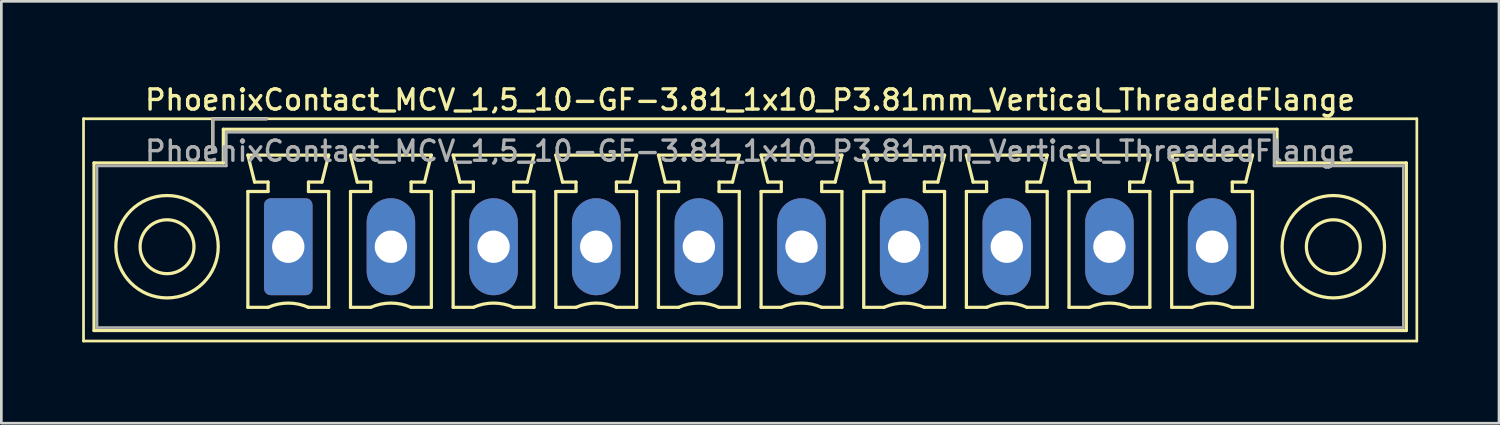
<source format=kicad_pcb>
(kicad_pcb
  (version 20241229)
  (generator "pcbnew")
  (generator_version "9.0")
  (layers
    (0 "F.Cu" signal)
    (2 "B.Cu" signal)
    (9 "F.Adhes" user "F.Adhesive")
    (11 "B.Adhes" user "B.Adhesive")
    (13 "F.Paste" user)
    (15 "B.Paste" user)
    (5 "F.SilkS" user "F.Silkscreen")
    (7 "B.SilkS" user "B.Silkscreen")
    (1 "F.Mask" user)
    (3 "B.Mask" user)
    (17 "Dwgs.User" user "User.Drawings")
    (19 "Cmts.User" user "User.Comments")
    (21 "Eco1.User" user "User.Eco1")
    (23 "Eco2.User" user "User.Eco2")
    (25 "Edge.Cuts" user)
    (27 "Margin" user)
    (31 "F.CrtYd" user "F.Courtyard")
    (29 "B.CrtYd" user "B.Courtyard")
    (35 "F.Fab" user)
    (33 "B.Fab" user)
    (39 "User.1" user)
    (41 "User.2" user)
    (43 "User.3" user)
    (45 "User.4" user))
  (footprint "PhoenixContact_MCV_1,5_10-GF-3.81_1x10_P3.81mm_Vertical_ThreadedFlange"
    (layer "F.Cu")
    (at 7.65 6.108)
    (property "Reference" "PhoenixContact_MCV_1,5_10-GF-3.81_1x10_P3.81mm_Vertical_ThreadedFlange" (at 17.14 -5.45 0) (layer "F.SilkS") (effects (font (size 0.75 0.75) (thickness 0.125))))
    (attr through_hole)
    (fp_line (start -7.6 -4.75) (end -7.6 3.5) (stroke (width 0.1) (type solid)) (layer "F.SilkS"))
    (fp_line (start -7.6 3.5) (end 41.89 3.5) (stroke (width 0.1) (type solid)) (layer "F.SilkS"))
    (fp_line (start -7.21 -3.11) (end -7.21 3.11) (stroke (width 0.12) (type solid)) (layer "F.SilkS"))
    (fp_line (start -7.21 3.11) (end 41.5 3.11) (stroke (width 0.12) (type solid)) (layer "F.SilkS"))
    (fp_line (start -2.8 -4.75) (end -0.8 -4.75) (stroke (width 0.12) (type solid)) (layer "F.SilkS"))
    (fp_line (start -2.8 -3.5) (end -2.8 -4.75) (stroke (width 0.12) (type solid)) (layer "F.SilkS"))
    (fp_line (start -2.41 -4.36) (end -2.41 -3.11) (stroke (width 0.12) (type solid)) (layer "F.SilkS"))
    (fp_line (start -2.41 -3.11) (end -7.21 -3.11) (stroke (width 0.12) (type solid)) (layer "F.SilkS"))
    (fp_line (start -1.5 -3.4) (end 1.5 -3.4) (stroke (width 0.12) (type solid)) (layer "F.SilkS"))
    (fp_line (start -1.5 -2.05) (end -0.75 -2.05) (stroke (width 0.12) (type solid)) (layer "F.SilkS"))
    (fp_line (start -1.5 2.25) (end -1.5 -2.05) (stroke (width 0.12) (type solid)) (layer "F.SilkS"))
    (fp_line (start -1.25 -2.4) (end -1.5 -3.4) (stroke (width 0.12) (type solid)) (layer "F.SilkS"))
    (fp_line (start -0.75 -2.4) (end -1.25 -2.4) (stroke (width 0.12) (type solid)) (layer "F.SilkS"))
    (fp_line (start -0.75 -2.05) (end -0.75 -2.4) (stroke (width 0.12) (type solid)) (layer "F.SilkS"))
    (fp_line (start -0.75 2.25) (end -1.5 2.25) (stroke (width 0.12) (type solid)) (layer "F.SilkS"))
    (fp_line (start 0.75 -2.4) (end 0.75 -2.05) (stroke (width 0.12) (type solid)) (layer "F.SilkS"))
    (fp_line (start 0.75 -2.05) (end 1.5 -2.05) (stroke (width 0.12) (type solid)) (layer "F.SilkS"))
    (fp_line (start 1.25 -2.4) (end 0.75 -2.4) (stroke (width 0.12) (type solid)) (layer "F.SilkS"))
    (fp_line (start 1.5 -3.4) (end 1.25 -2.4) (stroke (width 0.12) (type solid)) (layer "F.SilkS"))
    (fp_line (start 1.5 -2.05) (end 1.5 2.25) (stroke (width 0.12) (type solid)) (layer "F.SilkS"))
    (fp_line (start 1.5 2.25) (end 0.75 2.25) (stroke (width 0.12) (type solid)) (layer "F.SilkS"))
    (fp_line (start 2.31 -3.4) (end 5.31 -3.4) (stroke (width 0.12) (type solid)) (layer "F.SilkS"))
    (fp_line (start 2.31 -2.05) (end 3.06 -2.05) (stroke (width 0.12) (type solid)) (layer "F.SilkS"))
    (fp_line (start 2.31 2.25) (end 2.31 -2.05) (stroke (width 0.12) (type solid)) (layer "F.SilkS"))
    (fp_line (start 2.56 -2.4) (end 2.31 -3.4) (stroke (width 0.12) (type solid)) (layer "F.SilkS"))
    (fp_line (start 3.06 -2.4) (end 2.56 -2.4) (stroke (width 0.12) (type solid)) (layer "F.SilkS"))
    (fp_line (start 3.06 -2.05) (end 3.06 -2.4) (stroke (width 0.12) (type solid)) (layer "F.SilkS"))
    (fp_line (start 3.06 2.25) (end 2.31 2.25) (stroke (width 0.12) (type solid)) (layer "F.SilkS"))
    (fp_line (start 4.56 -2.4) (end 4.56 -2.05) (stroke (width 0.12) (type solid)) (layer "F.SilkS"))
    (fp_line (start 4.56 -2.05) (end 5.31 -2.05) (stroke (width 0.12) (type solid)) (layer "F.SilkS"))
    (fp_line (start 5.06 -2.4) (end 4.56 -2.4) (stroke (width 0.12) (type solid)) (layer "F.SilkS"))
    (fp_line (start 5.31 -3.4) (end 5.06 -2.4) (stroke (width 0.12) (type solid)) (layer "F.SilkS"))
    (fp_line (start 5.31 -2.05) (end 5.31 2.25) (stroke (width 0.12) (type solid)) (layer "F.SilkS"))
    (fp_line (start 5.31 2.25) (end 4.56 2.25) (stroke (width 0.12) (type solid)) (layer "F.SilkS"))
    (fp_line (start 6.12 -3.4) (end 9.12 -3.4) (stroke (width 0.12) (type solid)) (layer "F.SilkS"))
    (fp_line (start 6.12 -2.05) (end 6.87 -2.05) (stroke (width 0.12) (type solid)) (layer "F.SilkS"))
    (fp_line (start 6.12 2.25) (end 6.12 -2.05) (stroke (width 0.12) (type solid)) (layer "F.SilkS"))
    (fp_line (start 6.37 -2.4) (end 6.12 -3.4) (stroke (width 0.12) (type solid)) (layer "F.SilkS"))
    (fp_line (start 6.87 -2.4) (end 6.37 -2.4) (stroke (width 0.12) (type solid)) (layer "F.SilkS"))
    (fp_line (start 6.87 -2.05) (end 6.87 -2.4) (stroke (width 0.12) (type solid)) (layer "F.SilkS"))
    (fp_line (start 6.87 2.25) (end 6.12 2.25) (stroke (width 0.12) (type solid)) (layer "F.SilkS"))
    (fp_line (start 8.37 -2.4) (end 8.37 -2.05) (stroke (width 0.12) (type solid)) (layer "F.SilkS"))
    (fp_line (start 8.37 -2.05) (end 9.12 -2.05) (stroke (width 0.12) (type solid)) (layer "F.SilkS"))
    (fp_line (start 8.87 -2.4) (end 8.37 -2.4) (stroke (width 0.12) (type solid)) (layer "F.SilkS"))
    (fp_line (start 9.12 -3.4) (end 8.87 -2.4) (stroke (width 0.12) (type solid)) (layer "F.SilkS"))
    (fp_line (start 9.12 -2.05) (end 9.12 2.25) (stroke (width 0.12) (type solid)) (layer "F.SilkS"))
    (fp_line (start 9.12 2.25) (end 8.37 2.25) (stroke (width 0.12) (type solid)) (layer "F.SilkS"))
    (fp_line (start 9.93 -3.4) (end 12.93 -3.4) (stroke (width 0.12) (type solid)) (layer "F.SilkS"))
    (fp_line (start 9.93 -2.05) (end 10.68 -2.05) (stroke (width 0.12) (type solid)) (layer "F.SilkS"))
    (fp_line (start 9.93 2.25) (end 9.93 -2.05) (stroke (width 0.12) (type solid)) (layer "F.SilkS"))
    (fp_line (start 10.18 -2.4) (end 9.93 -3.4) (stroke (width 0.12) (type solid)) (layer "F.SilkS"))
    (fp_line (start 10.68 -2.4) (end 10.18 -2.4) (stroke (width 0.12) (type solid)) (layer "F.SilkS"))
    (fp_line (start 10.68 -2.05) (end 10.68 -2.4) (stroke (width 0.12) (type solid)) (layer "F.SilkS"))
    (fp_line (start 10.68 2.25) (end 9.93 2.25) (stroke (width 0.12) (type solid)) (layer "F.SilkS"))
    (fp_line (start 12.18 -2.4) (end 12.18 -2.05) (stroke (width 0.12) (type solid)) (layer "F.SilkS"))
    (fp_line (start 12.18 -2.05) (end 12.93 -2.05) (stroke (width 0.12) (type solid)) (layer "F.SilkS"))
    (fp_line (start 12.68 -2.4) (end 12.18 -2.4) (stroke (width 0.12) (type solid)) (layer "F.SilkS"))
    (fp_line (start 12.93 -3.4) (end 12.68 -2.4) (stroke (width 0.12) (type solid)) (layer "F.SilkS"))
    (fp_line (start 12.93 -2.05) (end 12.93 2.25) (stroke (width 0.12) (type solid)) (layer "F.SilkS"))
    (fp_line (start 12.93 2.25) (end 12.18 2.25) (stroke (width 0.12) (type solid)) (layer "F.SilkS"))
    (fp_line (start 13.74 -3.4) (end 16.74 -3.4) (stroke (width 0.12) (type solid)) (layer "F.SilkS"))
    (fp_line (start 13.74 -2.05) (end 14.49 -2.05) (stroke (width 0.12) (type solid)) (layer "F.SilkS"))
    (fp_line (start 13.74 2.25) (end 13.74 -2.05) (stroke (width 0.12) (type solid)) (layer "F.SilkS"))
    (fp_line (start 13.99 -2.4) (end 13.74 -3.4) (stroke (width 0.12) (type solid)) (layer "F.SilkS"))
    (fp_line (start 14.49 -2.4) (end 13.99 -2.4) (stroke (width 0.12) (type solid)) (layer "F.SilkS"))
    (fp_line (start 14.49 -2.05) (end 14.49 -2.4) (stroke (width 0.12) (type solid)) (layer "F.SilkS"))
    (fp_line (start 14.49 2.25) (end 13.74 2.25) (stroke (width 0.12) (type solid)) (layer "F.SilkS"))
    (fp_line (start 15.99 -2.4) (end 15.99 -2.05) (stroke (width 0.12) (type solid)) (layer "F.SilkS"))
    (fp_line (start 15.99 -2.05) (end 16.74 -2.05) (stroke (width 0.12) (type solid)) (layer "F.SilkS"))
    (fp_line (start 16.49 -2.4) (end 15.99 -2.4) (stroke (width 0.12) (type solid)) (layer "F.SilkS"))
    (fp_line (start 16.74 -3.4) (end 16.49 -2.4) (stroke (width 0.12) (type solid)) (layer "F.SilkS"))
    (fp_line (start 16.74 -2.05) (end 16.74 2.25) (stroke (width 0.12) (type solid)) (layer "F.SilkS"))
    (fp_line (start 16.74 2.25) (end 15.99 2.25) (stroke (width 0.12) (type solid)) (layer "F.SilkS"))
    (fp_line (start 17.55 -3.4) (end 20.55 -3.4) (stroke (width 0.12) (type solid)) (layer "F.SilkS"))
    (fp_line (start 17.55 -2.05) (end 18.3 -2.05) (stroke (width 0.12) (type solid)) (layer "F.SilkS"))
    (fp_line (start 17.55 2.25) (end 17.55 -2.05) (stroke (width 0.12) (type solid)) (layer "F.SilkS"))
    (fp_line (start 17.8 -2.4) (end 17.55 -3.4) (stroke (width 0.12) (type solid)) (layer "F.SilkS"))
    (fp_line (start 18.3 -2.4) (end 17.8 -2.4) (stroke (width 0.12) (type solid)) (layer "F.SilkS"))
    (fp_line (start 18.3 -2.05) (end 18.3 -2.4) (stroke (width 0.12) (type solid)) (layer "F.SilkS"))
    (fp_line (start 18.3 2.25) (end 17.55 2.25) (stroke (width 0.12) (type solid)) (layer "F.SilkS"))
    (fp_line (start 19.8 -2.4) (end 19.8 -2.05) (stroke (width 0.12) (type solid)) (layer "F.SilkS"))
    (fp_line (start 19.8 -2.05) (end 20.55 -2.05) (stroke (width 0.12) (type solid)) (layer "F.SilkS"))
    (fp_line (start 20.3 -2.4) (end 19.8 -2.4) (stroke (width 0.12) (type solid)) (layer "F.SilkS"))
    (fp_line (start 20.55 -3.4) (end 20.3 -2.4) (stroke (width 0.12) (type solid)) (layer "F.SilkS"))
    (fp_line (start 20.55 -2.05) (end 20.55 2.25) (stroke (width 0.12) (type solid)) (layer "F.SilkS"))
    (fp_line (start 20.55 2.25) (end 19.8 2.25) (stroke (width 0.12) (type solid)) (layer "F.SilkS"))
    (fp_line (start 21.36 -3.4) (end 24.36 -3.4) (stroke (width 0.12) (type solid)) (layer "F.SilkS"))
    (fp_line (start 21.36 -2.05) (end 22.11 -2.05) (stroke (width 0.12) (type solid)) (layer "F.SilkS"))
    (fp_line (start 21.36 2.25) (end 21.36 -2.05) (stroke (width 0.12) (type solid)) (layer "F.SilkS"))
    (fp_line (start 21.61 -2.4) (end 21.36 -3.4) (stroke (width 0.12) (type solid)) (layer "F.SilkS"))
    (fp_line (start 22.11 -2.4) (end 21.61 -2.4) (stroke (width 0.12) (type solid)) (layer "F.SilkS"))
    (fp_line (start 22.11 -2.05) (end 22.11 -2.4) (stroke (width 0.12) (type solid)) (layer "F.SilkS"))
    (fp_line (start 22.11 2.25) (end 21.36 2.25) (stroke (width 0.12) (type solid)) (layer "F.SilkS"))
    (fp_line (start 23.61 -2.4) (end 23.61 -2.05) (stroke (width 0.12) (type solid)) (layer "F.SilkS"))
    (fp_line (start 23.61 -2.05) (end 24.36 -2.05) (stroke (width 0.12) (type solid)) (layer "F.SilkS"))
    (fp_line (start 24.11 -2.4) (end 23.61 -2.4) (stroke (width 0.12) (type solid)) (layer "F.SilkS"))
    (fp_line (start 24.36 -3.4) (end 24.11 -2.4) (stroke (width 0.12) (type solid)) (layer "F.SilkS"))
    (fp_line (start 24.36 -2.05) (end 24.36 2.25) (stroke (width 0.12) (type solid)) (layer "F.SilkS"))
    (fp_line (start 24.36 2.25) (end 23.61 2.25) (stroke (width 0.12) (type solid)) (layer "F.SilkS"))
    (fp_line (start 25.17 -3.4) (end 28.17 -3.4) (stroke (width 0.12) (type solid)) (layer "F.SilkS"))
    (fp_line (start 25.17 -2.05) (end 25.92 -2.05) (stroke (width 0.12) (type solid)) (layer "F.SilkS"))
    (fp_line (start 25.17 2.25) (end 25.17 -2.05) (stroke (width 0.12) (type solid)) (layer "F.SilkS"))
    (fp_line (start 25.42 -2.4) (end 25.17 -3.4) (stroke (width 0.12) (type solid)) (layer "F.SilkS"))
    (fp_line (start 25.92 -2.4) (end 25.42 -2.4) (stroke (width 0.12) (type solid)) (layer "F.SilkS"))
    (fp_line (start 25.92 -2.05) (end 25.92 -2.4) (stroke (width 0.12) (type solid)) (layer "F.SilkS"))
    (fp_line (start 25.92 2.25) (end 25.17 2.25) (stroke (width 0.12) (type solid)) (layer "F.SilkS"))
    (fp_line (start 27.42 -2.4) (end 27.42 -2.05) (stroke (width 0.12) (type solid)) (layer "F.SilkS"))
    (fp_line (start 27.42 -2.05) (end 28.17 -2.05) (stroke (width 0.12) (type solid)) (layer "F.SilkS"))
    (fp_line (start 27.92 -2.4) (end 27.42 -2.4) (stroke (width 0.12) (type solid)) (layer "F.SilkS"))
    (fp_line (start 28.17 -3.4) (end 27.92 -2.4) (stroke (width 0.12) (type solid)) (layer "F.SilkS"))
    (fp_line (start 28.17 -2.05) (end 28.17 2.25) (stroke (width 0.12) (type solid)) (layer "F.SilkS"))
    (fp_line (start 28.17 2.25) (end 27.42 2.25) (stroke (width 0.12) (type solid)) (layer "F.SilkS"))
    (fp_line (start 28.98 -3.4) (end 31.98 -3.4) (stroke (width 0.12) (type solid)) (layer "F.SilkS"))
    (fp_line (start 28.98 -2.05) (end 29.73 -2.05) (stroke (width 0.12) (type solid)) (layer "F.SilkS"))
    (fp_line (start 28.98 2.25) (end 28.98 -2.05) (stroke (width 0.12) (type solid)) (layer "F.SilkS"))
    (fp_line (start 29.23 -2.4) (end 28.98 -3.4) (stroke (width 0.12) (type solid)) (layer "F.SilkS"))
    (fp_line (start 29.73 -2.4) (end 29.23 -2.4) (stroke (width 0.12) (type solid)) (layer "F.SilkS"))
    (fp_line (start 29.73 -2.05) (end 29.73 -2.4) (stroke (width 0.12) (type solid)) (layer "F.SilkS"))
    (fp_line (start 29.73 2.25) (end 28.98 2.25) (stroke (width 0.12) (type solid)) (layer "F.SilkS"))
    (fp_line (start 31.23 -2.4) (end 31.23 -2.05) (stroke (width 0.12) (type solid)) (layer "F.SilkS"))
    (fp_line (start 31.23 -2.05) (end 31.98 -2.05) (stroke (width 0.12) (type solid)) (layer "F.SilkS"))
    (fp_line (start 31.73 -2.4) (end 31.23 -2.4) (stroke (width 0.12) (type solid)) (layer "F.SilkS"))
    (fp_line (start 31.98 -3.4) (end 31.73 -2.4) (stroke (width 0.12) (type solid)) (layer "F.SilkS"))
    (fp_line (start 31.98 -2.05) (end 31.98 2.25) (stroke (width 0.12) (type solid)) (layer "F.SilkS"))
    (fp_line (start 31.98 2.25) (end 31.23 2.25) (stroke (width 0.12) (type solid)) (layer "F.SilkS"))
    (fp_line (start 32.79 -3.4) (end 35.79 -3.4) (stroke (width 0.12) (type solid)) (layer "F.SilkS"))
    (fp_line (start 32.79 -2.05) (end 33.54 -2.05) (stroke (width 0.12) (type solid)) (layer "F.SilkS"))
    (fp_line (start 32.79 2.25) (end 32.79 -2.05) (stroke (width 0.12) (type solid)) (layer "F.SilkS"))
    (fp_line (start 33.04 -2.4) (end 32.79 -3.4) (stroke (width 0.12) (type solid)) (layer "F.SilkS"))
    (fp_line (start 33.54 -2.4) (end 33.04 -2.4) (stroke (width 0.12) (type solid)) (layer "F.SilkS"))
    (fp_line (start 33.54 -2.05) (end 33.54 -2.4) (stroke (width 0.12) (type solid)) (layer "F.SilkS"))
    (fp_line (start 33.54 2.25) (end 32.79 2.25) (stroke (width 0.12) (type solid)) (layer "F.SilkS"))
    (fp_line (start 35.04 -2.4) (end 35.04 -2.05) (stroke (width 0.12) (type solid)) (layer "F.SilkS"))
    (fp_line (start 35.04 -2.05) (end 35.79 -2.05) (stroke (width 0.12) (type solid)) (layer "F.SilkS"))
    (fp_line (start 35.54 -2.4) (end 35.04 -2.4) (stroke (width 0.12) (type solid)) (layer "F.SilkS"))
    (fp_line (start 35.79 -3.4) (end 35.54 -2.4) (stroke (width 0.12) (type solid)) (layer "F.SilkS"))
    (fp_line (start 35.79 -2.05) (end 35.79 2.25) (stroke (width 0.12) (type solid)) (layer "F.SilkS"))
    (fp_line (start 35.79 2.25) (end 35.04 2.25) (stroke (width 0.12) (type solid)) (layer "F.SilkS"))
    (fp_line (start 36.7 -4.36) (end -2.41 -4.36) (stroke (width 0.12) (type solid)) (layer "F.SilkS"))
    (fp_line (start 36.7 -3.11) (end 36.7 -4.36) (stroke (width 0.12) (type solid)) (layer "F.SilkS"))
    (fp_line (start 41.5 -3.11) (end 36.7 -3.11) (stroke (width 0.12) (type solid)) (layer "F.SilkS"))
    (fp_line (start 41.5 3.11) (end 41.5 -3.11) (stroke (width 0.12) (type solid)) (layer "F.SilkS"))
    (fp_line (start 41.89 -4.75) (end -7.6 -4.75) (stroke (width 0.1) (type solid)) (layer "F.SilkS"))
    (fp_line (start 41.89 3.5) (end 41.89 -4.75) (stroke (width 0.1) (type solid)) (layer "F.SilkS"))
    (fp_arc (start -0.75 2.25) (mid -0.000193 2.09191) (end 0.749647 2.249844) (stroke (width 0.12) (type solid)) (layer "F.SilkS"))
    (fp_arc (start 3.06 2.25) (mid 3.809807 2.09191) (end 4.559647 2.249844) (stroke (width 0.12) (type solid)) (layer "F.SilkS"))
    (fp_arc (start 6.87 2.25) (mid 7.619807 2.09191) (end 8.369647 2.249844) (stroke (width 0.12) (type solid)) (layer "F.SilkS"))
    (fp_arc (start 10.68 2.25) (mid 11.429807 2.09191) (end 12.179647 2.249844) (stroke (width 0.12) (type solid)) (layer "F.SilkS"))
    (fp_arc (start 14.49 2.25) (mid 15.239807 2.09191) (end 15.989647 2.249844) (stroke (width 0.12) (type solid)) (layer "F.SilkS"))
    (fp_arc (start 18.3 2.25) (mid 19.049807 2.09191) (end 19.799647 2.249844) (stroke (width 0.12) (type solid)) (layer "F.SilkS"))
    (fp_arc (start 22.11 2.25) (mid 22.859807 2.09191) (end 23.609647 2.249844) (stroke (width 0.12) (type solid)) (layer "F.SilkS"))
    (fp_arc (start 25.92 2.25) (mid 26.669807 2.09191) (end 27.419647 2.249844) (stroke (width 0.12) (type solid)) (layer "F.SilkS"))
    (fp_arc (start 29.73 2.25) (mid 30.479807 2.09191) (end 31.229647 2.249844) (stroke (width 0.12) (type solid)) (layer "F.SilkS"))
    (fp_arc (start 33.54 2.25) (mid 34.289807 2.09191) (end 35.039647 2.249844) (stroke (width 0.12) (type solid)) (layer "F.SilkS"))
    (fp_circle (center -4.5 0) (end -3.5 0) (stroke (width 0.12) (type solid)) (fill no) (layer "F.SilkS"))
    (fp_circle (center -4.5 0) (end -2.6 0) (stroke (width 0.12) (type solid)) (fill no) (layer "F.SilkS"))
    (fp_circle (center 38.79 0) (end 39.79 0) (stroke (width 0.12) (type solid)) (fill no) (layer "F.SilkS"))
    (fp_circle (center 38.79 0) (end 40.69 0) (stroke (width 0.12) (type solid)) (fill no) (layer "F.SilkS"))
    (fp_line (start -7.1 -3) (end -7.1 3) (stroke (width 0.1) (type solid)) (layer "F.Fab"))
    (fp_line (start -7.1 3) (end 41.39 3) (stroke (width 0.1) (type solid)) (layer "F.Fab"))
    (fp_line (start -2.8 -4.75) (end -0.8 -4.75) (stroke (width 0.1) (type solid)) (layer "F.Fab"))
    (fp_line (start -2.8 -3.5) (end -2.8 -4.75) (stroke (width 0.1) (type solid)) (layer "F.Fab"))
    (fp_line (start -2.3 -4.25) (end -2.3 -3) (stroke (width 0.1) (type solid)) (layer "F.Fab"))
    (fp_line (start -2.3 -3) (end -7.1 -3) (stroke (width 0.1) (type solid)) (layer "F.Fab"))
    (fp_line (start 36.59 -4.25) (end -2.3 -4.25) (stroke (width 0.1) (type solid)) (layer "F.Fab"))
    (fp_line (start 36.59 -3) (end 36.59 -4.25) (stroke (width 0.1) (type solid)) (layer "F.Fab"))
    (fp_line (start 41.39 -3) (end 36.59 -3) (stroke (width 0.1) (type solid)) (layer "F.Fab"))
    (fp_line (start 41.39 3) (end 41.39 -3) (stroke (width 0.1) (type solid)) (layer "F.Fab"))
    (fp_text user "${REFERENCE}" (at 17.14 -3.55 0) (layer "F.Fab") (effects (font (size 0.75 0.75) (thickness 0.125))))
    (pad "1" thru_hole roundrect (at 0 0) (size 1.8 3.6) (drill 1.2) (layers "*.Cu" "*.Mask") (roundrect_rratio 0.139))
    (pad "2" thru_hole oval (at 3.81 0) (size 1.8 3.6) (drill 1.2) (layers "*.Cu" "*.Mask"))
    (pad "3" thru_hole oval (at 7.62 0) (size 1.8 3.6) (drill 1.2) (layers "*.Cu" "*.Mask"))
    (pad "4" thru_hole oval (at 11.43 0) (size 1.8 3.6) (drill 1.2) (layers "*.Cu" "*.Mask"))
    (pad "5" thru_hole oval (at 15.24 0) (size 1.8 3.6) (drill 1.2) (layers "*.Cu" "*.Mask"))
    (pad "6" thru_hole oval (at 19.05 0) (size 1.8 3.6) (drill 1.2) (layers "*.Cu" "*.Mask"))
    (pad "7" thru_hole oval (at 22.86 0) (size 1.8 3.6) (drill 1.2) (layers "*.Cu" "*.Mask"))
    (pad "8" thru_hole oval (at 26.67 0) (size 1.8 3.6) (drill 1.2) (layers "*.Cu" "*.Mask"))
    (pad "9" thru_hole oval (at 30.48 0) (size 1.8 3.6) (drill 1.2) (layers "*.Cu" "*.Mask"))
    (pad "10" thru_hole oval (at 34.29 0) (size 1.8 3.6) (drill 1.2) (layers "*.Cu" "*.Mask")))
  (gr_rect
    (start -3 -3)
    (end 52.59 12.658)
    (stroke (width 0.1) (type default))
    (fill no)
    (layer "Edge.Cuts")))
</source>
